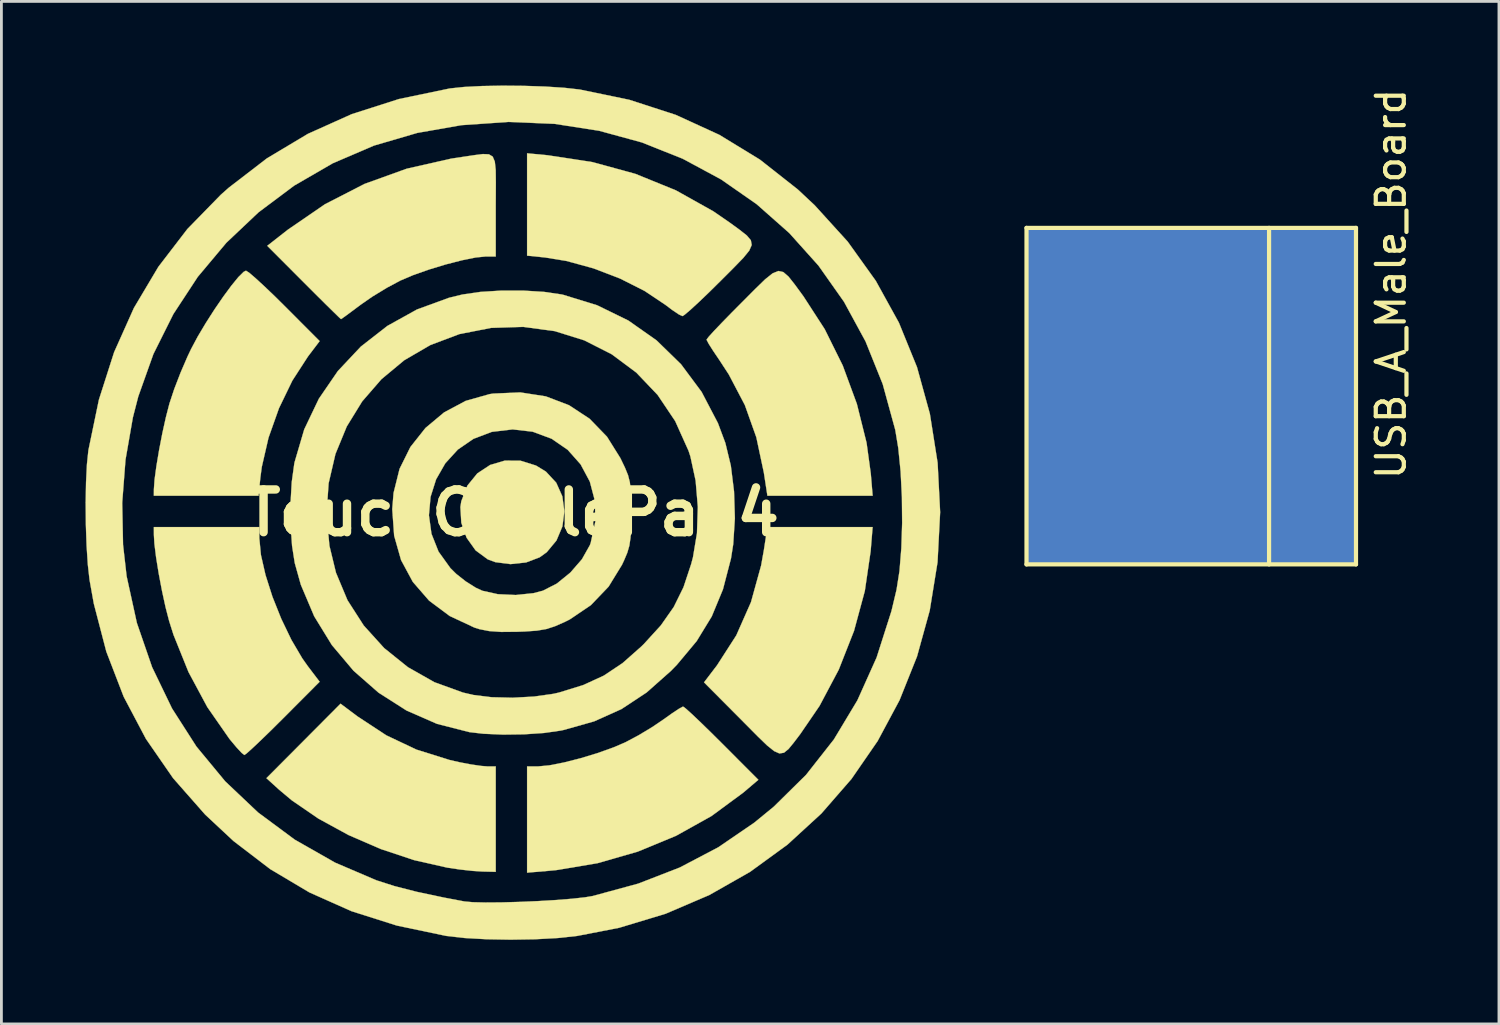
<source format=kicad_pcb>
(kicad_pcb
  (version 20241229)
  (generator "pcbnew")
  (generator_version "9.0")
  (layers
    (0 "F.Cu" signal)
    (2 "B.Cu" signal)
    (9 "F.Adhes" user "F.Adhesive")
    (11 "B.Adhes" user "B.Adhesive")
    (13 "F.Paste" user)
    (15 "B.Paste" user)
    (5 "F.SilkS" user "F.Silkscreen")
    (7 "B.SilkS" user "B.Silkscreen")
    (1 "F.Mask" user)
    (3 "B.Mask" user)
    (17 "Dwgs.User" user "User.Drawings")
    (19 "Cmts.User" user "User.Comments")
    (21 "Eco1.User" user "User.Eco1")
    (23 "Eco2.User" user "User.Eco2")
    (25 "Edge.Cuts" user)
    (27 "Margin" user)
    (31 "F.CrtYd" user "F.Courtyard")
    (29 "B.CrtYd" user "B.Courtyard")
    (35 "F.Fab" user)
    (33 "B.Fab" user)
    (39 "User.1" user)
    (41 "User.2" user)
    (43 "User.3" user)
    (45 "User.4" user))
  (footprint "USB_A_Male_Board"
    (layer "F.Cu")
    (at 40.557 11.077)
    (property "Reference" "USB_A_Male_Board" (at 6 -4 90) (layer "F.SilkS") (effects (font (size 1 1) (thickness 0.15))))
    (attr through_hole)
    (fp_line (start -7 6) (end -7 -6) (stroke (width 0.15) (type solid)) (layer "F.SilkS"))
    (fp_line (start -7 6) (end 4.75 6) (stroke (width 0.15) (type solid)) (layer "F.SilkS"))
    (fp_line (start 1.65 -6) (end 1.65 6) (stroke (width 0.15) (type solid)) (layer "F.SilkS"))
    (fp_line (start 4.75 -6) (end -7 -6) (stroke (width 0.15) (type solid)) (layer "F.SilkS"))
    (fp_line (start 4.75 -6) (end 4.75 6) (stroke (width 0.15) (type solid)) (layer "F.SilkS"))
    (pad "1" smd rect (at -2.05 3.5) (size 7.41 1) (layers "F.Cu" "F.Mask" "F.Paste"))
    (pad "2" smd rect (at -1.55 1) (size 6.41 1) (layers "F.Cu" "F.Mask" "F.Paste"))
    (pad "3" smd rect (at -1.55 -1) (size 6.41 1) (layers "F.Cu" "F.Mask" "F.Paste"))
    (pad "4" smd rect (at -2.05 -3.5) (size 7.41 1) (layers "F.Cu" "F.Mask" "F.Paste"))
    (pad "5" smd rect (at -1.13 0) (size 11.75 12) (layers "F.Mask" "B.Cu" "F.Paste")))
  (footprint "TouchCirclePad4"
    (layer "F.Cu")
    (at 15.239 15.239)
    (property "Reference" "TouchCirclePad4" (at 0 0 0) (layer "F.SilkS") (effects (font (size 1.524 1.524) (thickness 0.3))))
    (attr through_hole)
    (fp_poly (pts (xy -5.536 7.262) (xy -4.513 7.934) (xy -3.438 8.443) (xy -2.26 8.812) (xy -1.898 8.895) (xy -1.499 8.971) (xy -1.137 9.024) (xy -0.908 9.042) (xy -0.61 9.042) (xy -0.61 12.802) (xy -1.092 12.791) (xy -1.443 12.768) (xy -1.894 12.718) (xy -2.339 12.652) (xy -3.515 12.386) (xy -4.704 11.991) (xy -5.86 11.49) (xy -6.935 10.903) (xy -7.881 10.254) (xy -8.331 9.877) (xy -8.788 9.462) (xy -7.466 8.134) (xy -6.145 6.806) (xy -5.536 7.262)) (stroke (width 0.01) (type solid)) (fill yes) (layer "F.SilkS"))
    (fp_poly (pts (xy 0.27 -1.86) (xy 0.825 -1.687) (xy 1.18 -1.47) (xy 1.547 -1.075) (xy 1.765 -0.588) (xy 1.837 -0.054) (xy 1.767 0.485) (xy 1.556 0.985) (xy 1.209 1.403) (xy 0.957 1.585) (xy 0.472 1.769) (xy -0.085 1.828) (xy -0.626 1.758) (xy -0.896 1.658) (xy -1.328 1.339) (xy -1.65 0.887) (xy -1.838 0.354) (xy -1.871 -0.208) (xy -1.838 -0.417) (xy -1.62 -0.973) (xy -1.266 -1.408) (xy -0.81 -1.708) (xy -0.287 -1.863) (xy 0.27 -1.86)) (stroke (width 0.01) (type solid)) (fill yes) (layer "F.SilkS"))
    (fp_poly (pts (xy 12.76 1.365) (xy 12.552 2.785) (xy 12.167 4.208) (xy 11.623 5.59) (xy 10.937 6.884) (xy 10.253 7.884) (xy 10.013 8.2) (xy 9.828 8.425) (xy 9.669 8.554) (xy 9.507 8.58) (xy 9.316 8.495) (xy 9.066 8.294) (xy 8.73 7.969) (xy 8.28 7.515) (xy 8.154 7.388) (xy 6.818 6.045) (xy 7.28 5.439) (xy 7.968 4.37) (xy 8.492 3.185) (xy 8.853 1.881) (xy 8.951 1.333) (xy 9.078 0.508) (xy 12.83 0.508) (xy 12.76 1.365)) (stroke (width 0.01) (type solid)) (fill yes) (layer "F.SilkS"))
    (fp_poly (pts (xy 1.245 -12.752) (xy 2.839 -12.508) (xy 4.369 -12.089) (xy 5.814 -11.501) (xy 7.151 -10.753) (xy 7.735 -10.35) (xy 8.092 -10.09) (xy 8.344 -9.891) (xy 8.488 -9.721) (xy 8.518 -9.552) (xy 8.43 -9.352) (xy 8.219 -9.093) (xy 7.881 -8.744) (xy 7.411 -8.274) (xy 6.996 -7.864) (xy 6.627 -7.511) (xy 6.328 -7.236) (xy 6.125 -7.064) (xy 6.047 -7.016) (xy 5.918 -7.077) (xy 5.686 -7.233) (xy 5.436 -7.421) (xy 4.698 -7.914) (xy 3.822 -8.356) (xy 2.872 -8.72) (xy 1.91 -8.983) (xy 1.148 -9.107) (xy 0.508 -9.172) (xy 0.508 -12.822) (xy 1.245 -12.752)) (stroke (width 0.01) (type solid)) (fill yes) (layer "F.SilkS"))
    (fp_poly (pts (xy 6.165 6.977) (xy 6.377 7.168) (xy 6.683 7.458) (xy 7.059 7.824) (xy 7.452 8.214) (xy 8.755 9.52) (xy 8.213 9.98) (xy 7.085 10.811) (xy 5.822 11.516) (xy 4.455 12.081) (xy 3.019 12.494) (xy 1.545 12.741) (xy 1.267 12.767) (xy 0.508 12.831) (xy 0.508 9.042) (xy 0.901 9.042) (xy 1.298 9.005) (xy 1.823 8.902) (xy 2.42 8.75) (xy 3.031 8.564) (xy 3.598 8.361) (xy 4.001 8.188) (xy 4.47 7.94) (xy 4.969 7.64) (xy 5.368 7.37) (xy 5.677 7.15) (xy 5.923 6.987) (xy 6.062 6.911) (xy 6.072 6.909) (xy 6.165 6.977)) (stroke (width 0.01) (type solid)) (fill yes) (layer "F.SilkS"))
    (fp_poly (pts (xy 9.646 -8.586) (xy 9.83 -8.426) (xy 10.05 -8.149) (xy 10.337 -7.757) (xy 10.36 -7.726) (xy 11.123 -6.548) (xy 11.765 -5.252) (xy 12.268 -3.886) (xy 12.614 -2.499) (xy 12.765 -1.397) (xy 12.831 -0.61) (xy 9.078 -0.61) (xy 8.951 -1.435) (xy 8.683 -2.694) (xy 8.274 -3.843) (xy 7.701 -4.935) (xy 7.354 -5.466) (xy 7.142 -5.78) (xy 6.984 -6.029) (xy 6.911 -6.168) (xy 6.909 -6.179) (xy 6.977 -6.271) (xy 7.167 -6.481) (xy 7.456 -6.784) (xy 7.82 -7.157) (xy 8.175 -7.514) (xy 8.647 -7.988) (xy 8.998 -8.329) (xy 9.262 -8.54) (xy 9.467 -8.625) (xy 9.646 -8.586)) (stroke (width 0.01) (type solid)) (fill yes) (layer "F.SilkS"))
    (fp_poly (pts (xy -9.042 0.901) (xy -8.984 1.502) (xy -8.821 2.215) (xy -8.574 2.99) (xy -8.259 3.778) (xy -7.898 4.528) (xy -7.508 5.191) (xy -7.306 5.476) (xy -6.89 6.023) (xy -8.193 7.33) (xy -8.613 7.747) (xy -8.985 8.108) (xy -9.286 8.392) (xy -9.49 8.576) (xy -9.573 8.636) (xy -9.669 8.562) (xy -9.851 8.367) (xy -10.082 8.091) (xy -10.113 8.052) (xy -10.895 6.928) (xy -11.567 5.676) (xy -12.101 4.351) (xy -12.256 3.861) (xy -12.385 3.364) (xy -12.512 2.781) (xy -12.628 2.17) (xy -12.722 1.589) (xy -12.783 1.096) (xy -12.801 0.787) (xy -12.802 0.508) (xy -9.042 0.508) (xy -9.042 0.901)) (stroke (width 0.01) (type solid)) (fill yes) (layer "F.SilkS"))
    (fp_poly (pts (xy -9.408 -8.567) (xy -9.184 -8.376) (xy -8.869 -8.087) (xy -8.488 -7.723) (xy -8.142 -7.38) (xy -6.89 -6.125) (xy -7.306 -5.577) (xy -7.863 -4.717) (xy -8.341 -3.729) (xy -8.713 -2.681) (xy -8.953 -1.64) (xy -9.005 -1.249) (xy -9.07 -0.61) (xy -12.802 -0.61) (xy -12.801 -0.838) (xy -12.777 -1.184) (xy -12.711 -1.67) (xy -12.615 -2.242) (xy -12.499 -2.842) (xy -12.372 -3.414) (xy -12.245 -3.904) (xy -12.242 -3.912) (xy -12.076 -4.414) (xy -11.849 -5.002) (xy -11.599 -5.581) (xy -11.473 -5.845) (xy -11.239 -6.284) (xy -10.956 -6.76) (xy -10.647 -7.243) (xy -10.335 -7.699) (xy -10.041 -8.098) (xy -9.789 -8.407) (xy -9.6 -8.594) (xy -9.517 -8.636) (xy -9.408 -8.567)) (stroke (width 0.01) (type solid)) (fill yes) (layer "F.SilkS"))
    (fp_poly (pts (xy -0.854 -12.786) (xy -0.719 -12.705) (xy -0.643 -12.526) (xy -0.611 -12.225) (xy -0.606 -11.777) (xy -0.609 -11.157) (xy -0.61 -10.973) (xy -0.61 -9.144) (xy -0.952 -9.144) (xy -1.321 -9.107) (xy -1.822 -9.006) (xy -2.397 -8.858) (xy -2.992 -8.677) (xy -3.551 -8.48) (xy -4.018 -8.282) (xy -4.018 -8.281) (xy -4.497 -8.025) (xy -5.016 -7.708) (xy -5.44 -7.413) (xy -5.749 -7.182) (xy -5.987 -7.006) (xy -6.116 -6.915) (xy -6.128 -6.909) (xy -6.203 -6.977) (xy -6.398 -7.167) (xy -6.691 -7.455) (xy -7.058 -7.82) (xy -7.454 -8.216) (xy -8.758 -9.523) (xy -8.018 -10.102) (xy -6.7 -11.006) (xy -5.29 -11.73) (xy -3.787 -12.272) (xy -2.194 -12.633) (xy -1.796 -12.693) (xy -1.376 -12.756) (xy -1.068 -12.795) (xy -0.854 -12.786)) (stroke (width 0.01) (type solid)) (fill yes) (layer "F.SilkS"))
    (fp_poly (pts (xy 1.175 -4.154) (xy 2.004 -3.838) (xy 2.737 -3.356) (xy 3.357 -2.716) (xy 3.834 -1.953) (xy 3.998 -1.612) (xy 4.107 -1.345) (xy 4.172 -1.093) (xy 4.204 -0.797) (xy 4.215 -0.4) (xy 4.216 -0.005) (xy 4.213 0.513) (xy 4.196 0.885) (xy 4.155 1.169) (xy 4.081 1.423) (xy 3.963 1.702) (xy 3.892 1.853) (xy 3.414 2.632) (xy 2.783 3.291) (xy 2.029 3.801) (xy 1.853 3.889) (xy 1.499 4.045) (xy 1.191 4.144) (xy 0.858 4.201) (xy 0.429 4.231) (xy 0.152 4.241) (xy -0.416 4.246) (xy -0.845 4.216) (xy -1.195 4.147) (xy -1.373 4.09) (xy -2.252 3.679) (xy -2.987 3.131) (xy -3.568 2.461) (xy -3.986 1.685) (xy -4.233 0.816) (xy -4.285 0.087) (xy -2.993 0.087) (xy -2.902 0.747) (xy -2.65 1.383) (xy -2.228 1.97) (xy -2.016 2.18) (xy -1.678 2.446) (xy -1.32 2.671) (xy -1.09 2.778) (xy -0.535 2.901) (xy 0.104 2.93) (xy 0.731 2.865) (xy 1.073 2.776) (xy 1.569 2.522) (xy 2.052 2.129) (xy 2.464 1.654) (xy 2.745 1.156) (xy 2.776 1.073) (xy 2.942 0.31) (xy 2.926 -0.427) (xy 2.745 -1.115) (xy 2.416 -1.73) (xy 1.956 -2.248) (xy 1.38 -2.644) (xy 0.705 -2.894) (xy -0.007 -2.976) (xy -0.751 -2.888) (xy -1.406 -2.639) (xy -1.962 -2.257) (xy -2.409 -1.767) (xy -2.737 -1.195) (xy -2.935 -0.569) (xy -2.993 0.087) (xy -4.285 0.087) (xy -4.301 -0.131) (xy -4.254 -0.711) (xy -4.04 -1.569) (xy -3.653 -2.349) (xy -3.116 -3.027) (xy -2.451 -3.583) (xy -1.682 -3.993) (xy -0.829 -4.234) (xy -0.705 -4.253) (xy 0.266 -4.295) (xy 1.175 -4.154)) (stroke (width 0.01) (type solid)) (fill yes) (layer "F.SilkS"))
    (fp_poly (pts (xy 1.115 -7.88) (xy 1.741 -7.788) (xy 1.787 -7.778) (xy 3.005 -7.403) (xy 4.121 -6.857) (xy 5.123 -6.152) (xy 5.998 -5.299) (xy 6.732 -4.312) (xy 7.313 -3.201) (xy 7.579 -2.489) (xy 7.774 -1.682) (xy 7.888 -0.762) (xy 7.918 0.196) (xy 7.859 1.118) (xy 7.779 1.628) (xy 7.493 2.728) (xy 7.093 3.694) (xy 6.555 4.574) (xy 5.851 5.417) (xy 5.637 5.637) (xy 4.77 6.406) (xy 3.873 6.998) (xy 2.901 7.435) (xy 1.81 7.743) (xy 1.706 7.765) (xy 1.113 7.85) (xy 0.402 7.898) (xy -0.345 7.908) (xy -1.047 7.878) (xy -1.548 7.82) (xy -2.705 7.525) (xy -3.791 7.05) (xy -4.789 6.413) (xy -5.682 5.63) (xy -6.453 4.716) (xy -7.084 3.689) (xy -7.56 2.566) (xy -7.778 1.787) (xy -7.874 1.174) (xy -7.924 0.439) (xy -7.926 0.043) (xy -6.645 0.043) (xy -6.541 1.175) (xy -6.308 2.134) (xy -5.897 3.116) (xy -5.316 4.02) (xy -4.589 4.823) (xy -3.742 5.504) (xy -2.799 6.039) (xy -1.785 6.407) (xy -1.407 6.495) (xy -0.758 6.575) (xy -0.005 6.593) (xy 0.76 6.551) (xy 1.45 6.453) (xy 1.647 6.408) (xy 2.509 6.142) (xy 3.243 5.805) (xy 3.913 5.358) (xy 4.584 4.764) (xy 4.675 4.675) (xy 5.279 4.012) (xy 5.737 3.359) (xy 6.085 2.653) (xy 6.359 1.827) (xy 6.423 1.586) (xy 6.566 0.726) (xy 6.597 -0.211) (xy 6.518 -1.149) (xy 6.332 -2.009) (xy 6.265 -2.214) (xy 5.79 -3.271) (xy 5.164 -4.204) (xy 4.403 -5.002) (xy 3.526 -5.655) (xy 2.55 -6.151) (xy 1.493 -6.481) (xy 0.371 -6.632) (xy -0.777 -6.596) (xy -1.906 -6.375) (xy -2.941 -5.985) (xy -3.871 -5.444) (xy -4.685 -4.768) (xy -5.373 -3.975) (xy -5.923 -3.08) (xy -6.326 -2.101) (xy -6.57 -1.054) (xy -6.645 0.043) (xy -7.926 0.043) (xy -7.928 -0.344) (xy -7.885 -1.098) (xy -7.795 -1.75) (xy -7.786 -1.799) (xy -7.44 -2.976) (xy -6.919 -4.068) (xy -6.24 -5.058) (xy -5.42 -5.93) (xy -4.474 -6.667) (xy -3.421 -7.252) (xy -2.276 -7.67) (xy -1.799 -7.786) (xy -1.159 -7.879) (xy -0.41 -7.926) (xy 0.373 -7.926) (xy 1.115 -7.88)) (stroke (width 0.01) (type solid)) (fill yes) (layer "F.SilkS"))
    (fp_poly (pts (xy 0.409 -15.227) (xy 1.16 -15.202) (xy 1.835 -15.158) (xy 2.38 -15.097) (xy 2.388 -15.096) (xy 4.153 -14.73) (xy 5.811 -14.192) (xy 7.363 -13.481) (xy 8.812 -12.596) (xy 10.159 -11.535) (xy 10.76 -10.973) (xy 11.941 -9.672) (xy 12.944 -8.273) (xy 13.768 -6.78) (xy 14.412 -5.198) (xy 14.872 -3.531) (xy 15.148 -1.784) (xy 15.238 -0.025) (xy 15.145 1.762) (xy 14.867 3.481) (xy 14.413 5.123) (xy 13.791 6.678) (xy 13.009 8.137) (xy 12.076 9.489) (xy 11.002 10.723) (xy 9.793 11.832) (xy 8.459 12.803) (xy 7.008 13.628) (xy 5.449 14.296) (xy 3.791 14.797) (xy 2.286 15.089) (xy 1.595 15.163) (xy 0.785 15.207) (xy -0.08 15.221) (xy -0.936 15.206) (xy -1.721 15.162) (xy -2.369 15.088) (xy -2.388 15.085) (xy -4.138 14.718) (xy -5.755 14.205) (xy -7.255 13.536) (xy -8.653 12.705) (xy -9.963 11.703) (xy -10.973 10.76) (xy -12.116 9.461) (xy -13.084 8.061) (xy -13.878 6.558) (xy -14.497 4.95) (xy -14.944 3.236) (xy -15.096 2.388) (xy -15.157 1.845) (xy -15.201 1.171) (xy -15.227 0.421) (xy -15.234 -0.349) (xy -15.234 -0.361) (xy -13.931 -0.361) (xy -13.901 1.14) (xy -13.774 2.258) (xy -13.408 3.927) (xy -12.865 5.503) (xy -12.154 6.976) (xy -11.282 8.337) (xy -10.257 9.576) (xy -9.086 10.685) (xy -7.777 11.655) (xy -6.337 12.475) (xy -4.866 13.104) (xy -4.227 13.309) (xy -3.432 13.513) (xy -2.461 13.719) (xy -1.727 13.858) (xy -1.43 13.885) (xy -0.976 13.896) (xy -0.408 13.892) (xy 0.228 13.874) (xy 0.889 13.846) (xy 1.529 13.808) (xy 2.104 13.762) (xy 2.57 13.711) (xy 2.845 13.665) (xy 4.469 13.223) (xy 5.954 12.647) (xy 7.327 11.926) (xy 8.612 11.047) (xy 9.306 10.478) (xy 10.454 9.346) (xy 11.448 8.082) (xy 12.287 6.686) (xy 12.972 5.16) (xy 13.501 3.505) (xy 13.683 2.741) (xy 13.788 2.074) (xy 13.854 1.262) (xy 13.883 0.363) (xy 13.874 -0.569) (xy 13.828 -1.478) (xy 13.745 -2.309) (xy 13.637 -2.961) (xy 13.19 -4.591) (xy 12.577 -6.115) (xy 11.81 -7.526) (xy 10.9 -8.816) (xy 9.858 -9.978) (xy 8.696 -11.006) (xy 7.426 -11.891) (xy 6.058 -12.628) (xy 4.605 -13.208) (xy 3.078 -13.625) (xy 1.488 -13.872) (xy -0.154 -13.941) (xy -1.835 -13.825) (xy -3.404 -13.55) (xy -4.953 -13.097) (xy -6.423 -12.466) (xy -7.799 -11.669) (xy -9.068 -10.719) (xy -10.218 -9.631) (xy -11.236 -8.417) (xy -12.107 -7.089) (xy -12.819 -5.663) (xy -13.358 -4.15) (xy -13.55 -3.404) (xy -13.813 -1.895) (xy -13.931 -0.361) (xy -15.234 -0.361) (xy -15.221 -1.084) (xy -15.189 -1.73) (xy -15.137 -2.229) (xy -15.136 -2.235) (xy -14.762 -4.035) (xy -14.22 -5.728) (xy -13.512 -7.31) (xy -12.64 -8.776) (xy -11.607 -10.122) (xy -10.414 -11.344) (xy -10.129 -11.597) (xy -8.772 -12.641) (xy -7.311 -13.515) (xy -5.744 -14.219) (xy -4.063 -14.757) (xy -2.265 -15.131) (xy -2.235 -15.136) (xy -1.739 -15.188) (xy -1.095 -15.221) (xy -0.361 -15.234) (xy 0.409 -15.227)) (stroke (width 0.01) (type solid)) (fill yes) (layer "F.SilkS")))
  (gr_rect
    (start -3 -3)
    (end 50.405 33.465)
    (stroke (width 0.1) (type default))
    (fill no)
    (layer "Edge.Cuts")))
</source>
